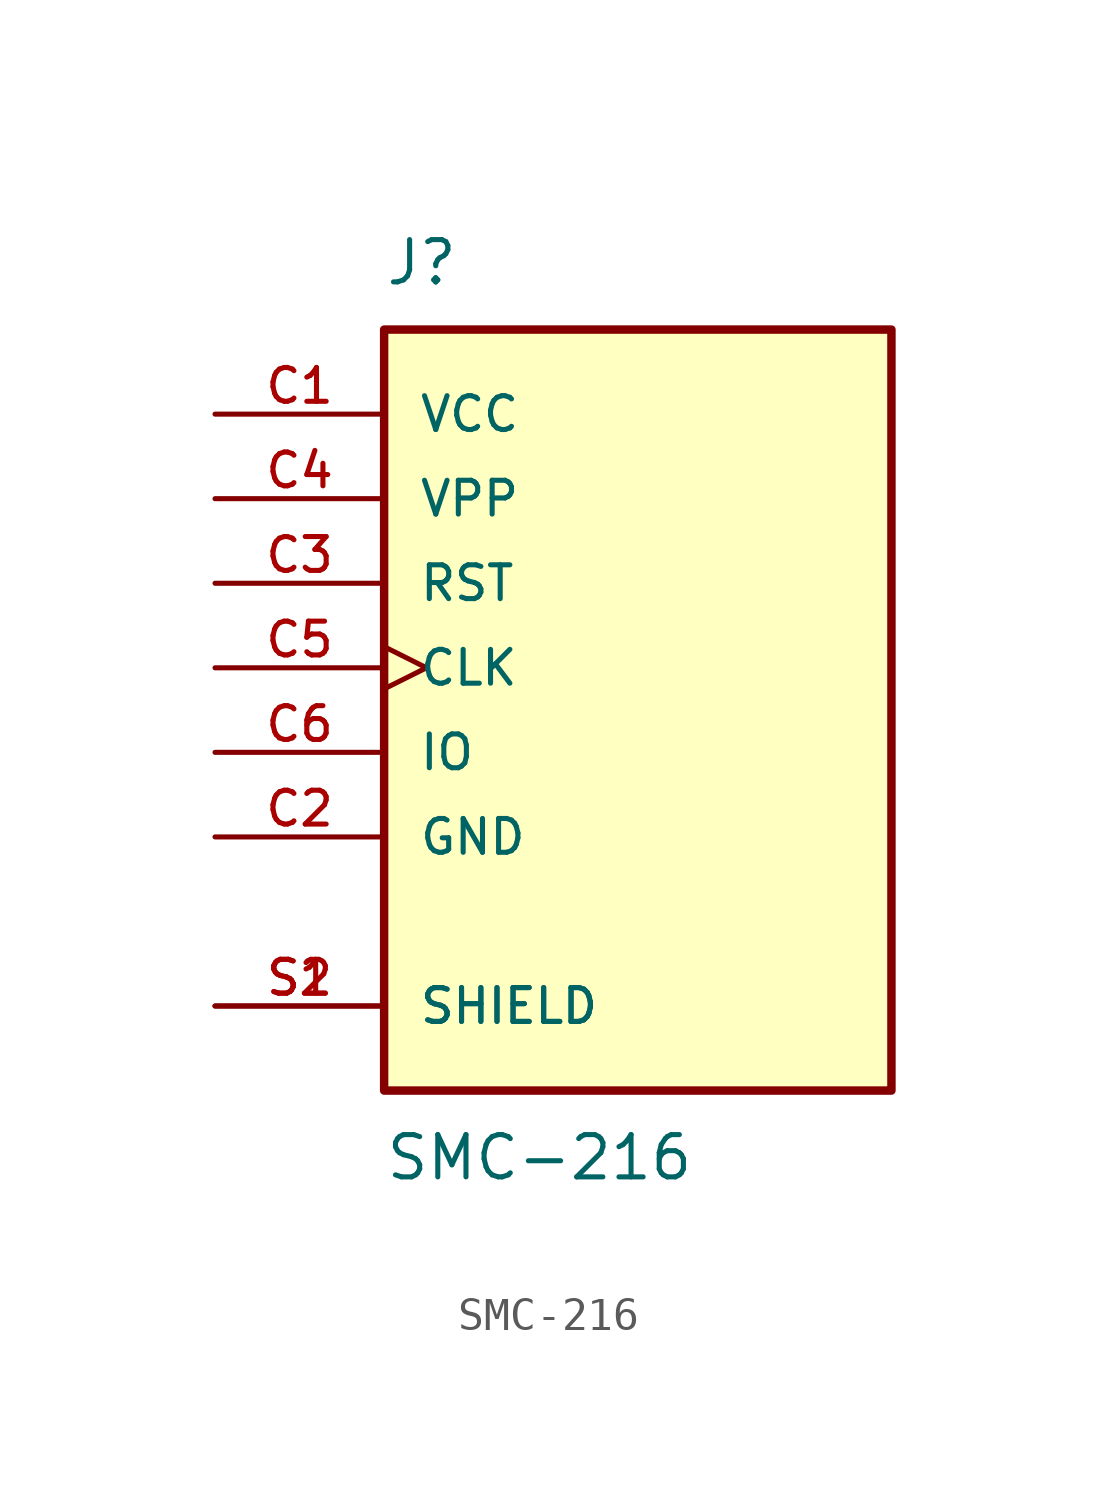
<source format=kicad_sym>
(kicad_symbol_lib
  (version 20211014)
  (generator kicad_symbol_editor)
  (symbol "SMC-216"
    (pin_names
      (offset 1.016))
    (property "Reference" "J"
      (at -7.62 11.43 0)
      (effects (font (size 1.27 1.27)) (justify bottom left)))
    (property "Value" "SMC-216"
      (at -7.62 -13.97 0)
      (effects (font (size 1.27 1.27)) (justify top left)))
    (symbol "SMC-216_0_0"
      (rectangle (start -7.62 -12.7) (end 7.62 10.16) (stroke (width 0.254)) (fill (type background)))
      (pin power_in line (at -12.7 7.62 0) (length 5.08) (name "VCC" (effects (font (size 1.016 1.016)))) (number "C1" (effects (font (size 1.016 1.016)))))
      (pin power_in line (at -12.7 5.08 0) (length 5.08) (name "VPP" (effects (font (size 1.016 1.016)))) (number "C4" (effects (font (size 1.016 1.016)))))
      (pin power_in line (at -12.7 -5.08 0) (length 5.08) (name "GND" (effects (font (size 1.016 1.016)))) (number "C2" (effects (font (size 1.016 1.016)))))
      (pin input line (at -12.7 2.54 0) (length 5.08) (name "RST" (effects (font (size 1.016 1.016)))) (number "C3" (effects (font (size 1.016 1.016)))))
      (pin input clock (at -12.7 0.0 0) (length 5.08) (name "CLK" (effects (font (size 1.016 1.016)))) (number "C5" (effects (font (size 1.016 1.016)))))
      (pin bidirectional line (at -12.7 -2.54 0) (length 5.08) (name "IO" (effects (font (size 1.016 1.016)))) (number "C6" (effects (font (size 1.016 1.016)))))
      (pin passive line (at -12.7 -10.16 0) (length 5.08) (name "SHIELD" (effects (font (size 1.016 1.016)))) (number "S1" (effects (font (size 1.016 1.016)))))
      (pin passive line (at -12.7 -10.16 0) (length 5.08) (name "SHIELD" (effects (font (size 1.016 1.016)))) (number "S2" (effects (font (size 1.016 1.016))))))))
</source>
